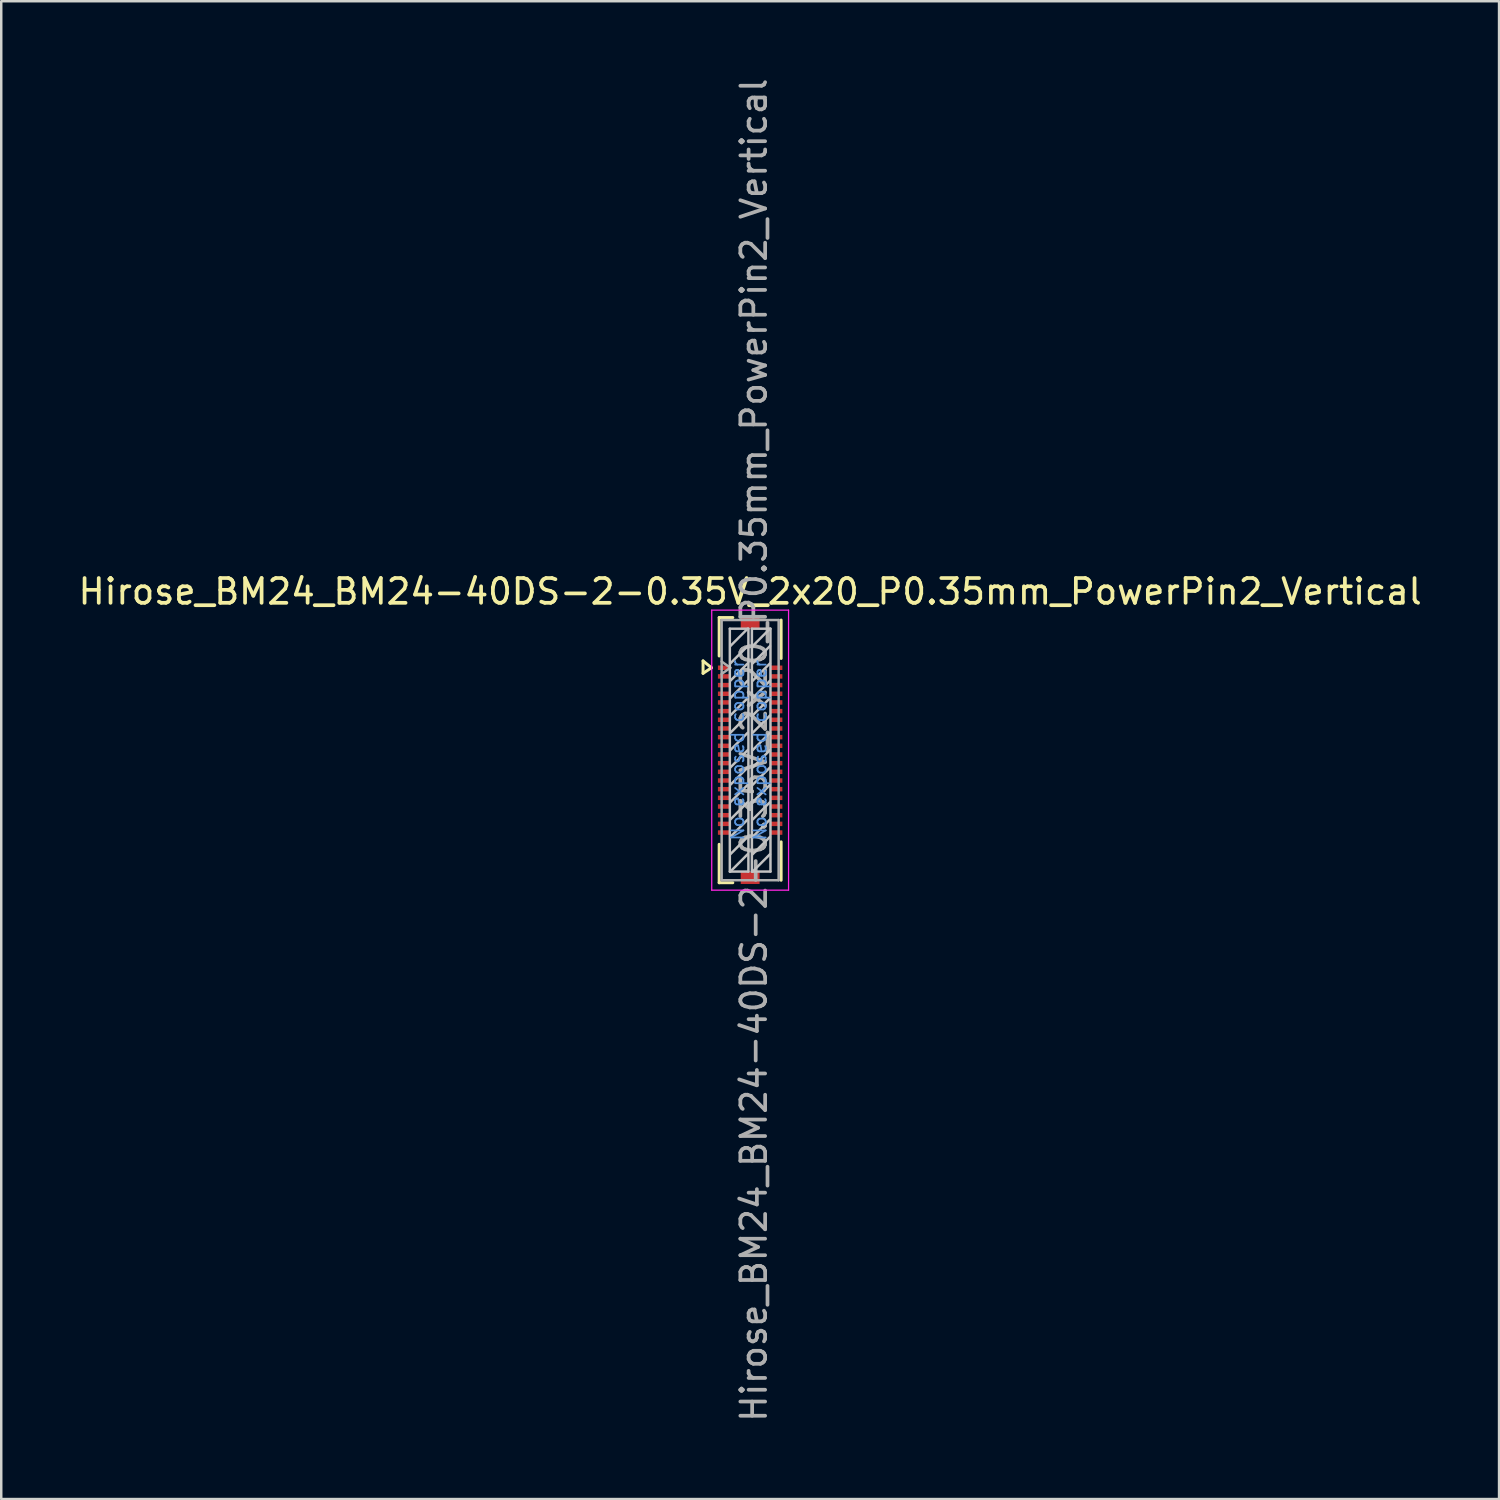
<source format=kicad_pcb>
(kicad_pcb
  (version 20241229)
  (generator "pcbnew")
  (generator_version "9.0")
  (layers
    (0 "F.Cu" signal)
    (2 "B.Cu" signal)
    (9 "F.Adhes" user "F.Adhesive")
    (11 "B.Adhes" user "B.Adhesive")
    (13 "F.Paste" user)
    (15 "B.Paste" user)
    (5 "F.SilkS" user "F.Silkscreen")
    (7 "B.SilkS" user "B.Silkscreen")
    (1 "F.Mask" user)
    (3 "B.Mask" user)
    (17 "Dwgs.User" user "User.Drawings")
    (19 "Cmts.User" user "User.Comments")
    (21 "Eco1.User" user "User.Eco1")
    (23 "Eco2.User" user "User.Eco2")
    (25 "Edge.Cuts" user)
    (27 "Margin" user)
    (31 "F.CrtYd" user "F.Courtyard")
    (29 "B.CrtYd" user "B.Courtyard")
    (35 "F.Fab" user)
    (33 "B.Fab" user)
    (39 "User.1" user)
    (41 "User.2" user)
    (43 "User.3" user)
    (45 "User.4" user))
  (footprint "Hirose_BM24_BM24-40DS-2-0.35V_2x20_P0.35mm_PowerPin2_Vertical"
    (layer "F.Cu")
    (at 27.22 27.22)
    (property "Reference" "Hirose_BM24_BM24-40DS-2-0.35V_2x20_P0.35mm_PowerPin2_Vertical" (at 0 -6.4 0) (layer "F.SilkS") (effects (font (size 1 1) (thickness 0.15))))
    (attr smd)
    (fp_line (start -1.9 -3.6) (end -1.56 -3.325) (stroke (width 0.12) (type solid)) (layer "F.SilkS"))
    (fp_line (start -1.9 -3.1) (end -1.9 -3.6) (stroke (width 0.12) (type solid)) (layer "F.SilkS"))
    (fp_line (start -1.56 -3.325) (end -1.9 -3.1) (stroke (width 0.12) (type solid)) (layer "F.SilkS"))
    (fp_line (start -1.25 -5.35) (end -1.25 -3.8) (stroke (width 0.12) (type solid)) (layer "F.SilkS"))
    (fp_line (start -1.25 -5.35) (end -0.7 -5.35) (stroke (width 0.12) (type solid)) (layer "F.SilkS"))
    (fp_line (start -1.25 5.35) (end -1.25 3.8) (stroke (width 0.12) (type solid)) (layer "F.SilkS"))
    (fp_line (start -1.25 5.35) (end -0.7 5.35) (stroke (width 0.12) (type solid)) (layer "F.SilkS"))
    (fp_line (start 1.25 -5.25) (end 1.25 -3.7) (stroke (width 0.12) (type solid)) (layer "F.SilkS"))
    (fp_line (start 1.25 3.7) (end 1.25 5.25) (stroke (width 0.12) (type solid)) (layer "F.SilkS"))
    (fp_line (start -0.82 -4.9) (end -0.82 4.9) (stroke (width 0.1) (type solid)) (layer "Dwgs.User"))
    (fp_line (start -0.82 4.9) (end -0.07 4.9) (stroke (width 0.1) (type solid)) (layer "Dwgs.User"))
    (fp_line (start -0.8 -3.5) (end -0.1 -4.2) (stroke (width 0.1) (type solid)) (layer "Dwgs.User"))
    (fp_line (start -0.8 -2.8) (end -0.1 -3.5) (stroke (width 0.1) (type solid)) (layer "Dwgs.User"))
    (fp_line (start -0.8 -2.1) (end -0.1 -2.8) (stroke (width 0.1) (type solid)) (layer "Dwgs.User"))
    (fp_line (start -0.8 -1.4) (end -0.1 -2.1) (stroke (width 0.1) (type solid)) (layer "Dwgs.User"))
    (fp_line (start -0.8 -0.7) (end -0.1 -1.4) (stroke (width 0.1) (type solid)) (layer "Dwgs.User"))
    (fp_line (start -0.8 0) (end -0.1 -0.7) (stroke (width 0.1) (type solid)) (layer "Dwgs.User"))
    (fp_line (start -0.8 0.7) (end -0.1 0) (stroke (width 0.1) (type solid)) (layer "Dwgs.User"))
    (fp_line (start -0.8 1.4) (end -0.1 0.7) (stroke (width 0.1) (type solid)) (layer "Dwgs.User"))
    (fp_line (start -0.8 2.1) (end -0.1 1.4) (stroke (width 0.1) (type solid)) (layer "Dwgs.User"))
    (fp_line (start -0.8 2.8) (end -0.1 2.1) (stroke (width 0.1) (type solid)) (layer "Dwgs.User"))
    (fp_line (start -0.8 3.5) (end -0.1 2.8) (stroke (width 0.1) (type solid)) (layer "Dwgs.User"))
    (fp_line (start -0.8 4.2) (end -0.1 3.5) (stroke (width 0.1) (type solid)) (layer "Dwgs.User"))
    (fp_line (start -0.8 4.9) (end -0.1 4.2) (stroke (width 0.1) (type solid)) (layer "Dwgs.User"))
    (fp_line (start -0.1 -4.9) (end -0.8 -4.2) (stroke (width 0.1) (type solid)) (layer "Dwgs.User"))
    (fp_line (start -0.07 -4.9) (end -0.82 -4.9) (stroke (width 0.1) (type solid)) (layer "Dwgs.User"))
    (fp_line (start -0.07 4.9) (end -0.07 -4.9) (stroke (width 0.1) (type solid)) (layer "Dwgs.User"))
    (fp_line (start 0.07 -4.9) (end 0.07 4.9) (stroke (width 0.1) (type solid)) (layer "Dwgs.User"))
    (fp_line (start 0.07 4.9) (end 0.82 4.9) (stroke (width 0.1) (type solid)) (layer "Dwgs.User"))
    (fp_line (start 0.1 -4.2) (end 0.8 -4.9) (stroke (width 0.1) (type solid)) (layer "Dwgs.User"))
    (fp_line (start 0.1 -3.5) (end 0.8 -4.2) (stroke (width 0.1) (type solid)) (layer "Dwgs.User"))
    (fp_line (start 0.1 -2.8) (end 0.8 -3.5) (stroke (width 0.1) (type solid)) (layer "Dwgs.User"))
    (fp_line (start 0.1 -2.1) (end 0.8 -2.8) (stroke (width 0.1) (type solid)) (layer "Dwgs.User"))
    (fp_line (start 0.1 -1.4) (end 0.8 -2.1) (stroke (width 0.1) (type solid)) (layer "Dwgs.User"))
    (fp_line (start 0.1 -0.7) (end 0.8 -1.4) (stroke (width 0.1) (type solid)) (layer "Dwgs.User"))
    (fp_line (start 0.1 0) (end 0.8 -0.7) (stroke (width 0.1) (type solid)) (layer "Dwgs.User"))
    (fp_line (start 0.1 0.7) (end 0.8 0) (stroke (width 0.1) (type solid)) (layer "Dwgs.User"))
    (fp_line (start 0.1 1.4) (end 0.8 0.7) (stroke (width 0.1) (type solid)) (layer "Dwgs.User"))
    (fp_line (start 0.1 2.1) (end 0.8 1.4) (stroke (width 0.1) (type solid)) (layer "Dwgs.User"))
    (fp_line (start 0.1 2.8) (end 0.8 2.1) (stroke (width 0.1) (type solid)) (layer "Dwgs.User"))
    (fp_line (start 0.1 3.5) (end 0.8 2.8) (stroke (width 0.1) (type solid)) (layer "Dwgs.User"))
    (fp_line (start 0.1 4.2) (end 0.8 3.5) (stroke (width 0.1) (type solid)) (layer "Dwgs.User"))
    (fp_line (start 0.1 4.9) (end 0.8 4.2) (stroke (width 0.1) (type solid)) (layer "Dwgs.User"))
    (fp_line (start 0.82 -4.9) (end 0.07 -4.9) (stroke (width 0.1) (type solid)) (layer "Dwgs.User"))
    (fp_line (start 0.82 4.9) (end 0.82 -4.9) (stroke (width 0.1) (type solid)) (layer "Dwgs.User"))
    (fp_line (start -1.55 -5.65) (end 1.55 -5.65) (stroke (width 0.05) (type solid)) (layer "F.CrtYd"))
    (fp_line (start -1.55 5.65) (end -1.55 -5.65) (stroke (width 0.05) (type solid)) (layer "F.CrtYd"))
    (fp_line (start 1.55 -5.65) (end 1.55 5.65) (stroke (width 0.05) (type solid)) (layer "F.CrtYd"))
    (fp_line (start 1.55 5.65) (end -1.55 5.65) (stroke (width 0.05) (type solid)) (layer "F.CrtYd"))
    (fp_line (start -1.15 -5.25) (end -1.15 5.25) (stroke (width 0.1) (type solid)) (layer "F.Fab"))
    (fp_line (start -1.15 -5.25) (end 1.15 -5.25) (stroke (width 0.1) (type solid)) (layer "F.Fab"))
    (fp_line (start -1.15 -3.575) (end -0.8 -3.325) (stroke (width 0.1) (type solid)) (layer "F.Fab"))
    (fp_line (start -1.15 5.25) (end 1.15 5.25) (stroke (width 0.1) (type solid)) (layer "F.Fab"))
    (fp_line (start -0.8 -3.325) (end -1.15 -3.075) (stroke (width 0.1) (type solid)) (layer "F.Fab"))
    (fp_line (start 1.15 -5.25) (end 1.15 5.25) (stroke (width 0.1) (type solid)) (layer "F.Fab"))
    (fp_text user "No exposed copper" (at -0.5 0 90) (layer "Cmts.User") (effects (font (size 0.5 0.5) (thickness 0.07))))
    (fp_text user "No exposed copper" (at 0.4 0 90) (layer "Cmts.User") (effects (font (size 0.5 0.5) (thickness 0.07))))
    (fp_text user "${REFERENCE}" (at 0.15 0 90) (layer "F.Fab") (effects (font (size 1 1) (thickness 0.15))))
    (pad "1" smd rect (at -1.06 -3.325 90) (size 0.18 0.48) (layers "F.Cu" "F.Mask" "F.Paste"))
    (pad "2" smd rect (at 1.06 -3.325 90) (size 0.18 0.48) (layers "F.Cu" "F.Mask" "F.Paste"))
    (pad "3" smd rect (at -1.06 -2.975 90) (size 0.18 0.48) (layers "F.Cu" "F.Mask" "F.Paste"))
    (pad "4" smd rect (at 1.06 -2.975 90) (size 0.18 0.48) (layers "F.Cu" "F.Mask" "F.Paste"))
    (pad "5" smd rect (at -1.06 -2.625 90) (size 0.18 0.48) (layers "F.Cu" "F.Mask" "F.Paste"))
    (pad "6" smd rect (at 1.06 -2.625 90) (size 0.18 0.48) (layers "F.Cu" "F.Mask" "F.Paste"))
    (pad "7" smd rect (at -1.06 -2.275 90) (size 0.18 0.48) (layers "F.Cu" "F.Mask" "F.Paste"))
    (pad "8" smd rect (at 1.06 -2.275 90) (size 0.18 0.48) (layers "F.Cu" "F.Mask" "F.Paste"))
    (pad "9" smd rect (at -1.06 -1.925 90) (size 0.18 0.48) (layers "F.Cu" "F.Mask" "F.Paste"))
    (pad "10" smd rect (at 1.06 -1.925 90) (size 0.18 0.48) (layers "F.Cu" "F.Mask" "F.Paste"))
    (pad "11" smd rect (at -1.06 -1.575 90) (size 0.18 0.48) (layers "F.Cu" "F.Mask" "F.Paste"))
    (pad "12" smd rect (at 1.06 -1.575 90) (size 0.18 0.48) (layers "F.Cu" "F.Mask" "F.Paste"))
    (pad "13" smd rect (at -1.06 -1.225 90) (size 0.18 0.48) (layers "F.Cu" "F.Mask" "F.Paste"))
    (pad "14" smd rect (at 1.06 -1.225 90) (size 0.18 0.48) (layers "F.Cu" "F.Mask" "F.Paste"))
    (pad "15" smd rect (at -1.06 -0.875 90) (size 0.18 0.48) (layers "F.Cu" "F.Mask" "F.Paste"))
    (pad "16" smd rect (at 1.06 -0.875 90) (size 0.18 0.48) (layers "F.Cu" "F.Mask" "F.Paste"))
    (pad "17" smd rect (at -1.06 -0.525 90) (size 0.18 0.48) (layers "F.Cu" "F.Mask" "F.Paste"))
    (pad "18" smd rect (at 1.06 -0.525 90) (size 0.18 0.48) (layers "F.Cu" "F.Mask" "F.Paste"))
    (pad "19" smd rect (at -1.06 -0.175 90) (size 0.18 0.48) (layers "F.Cu" "F.Mask" "F.Paste"))
    (pad "20" smd rect (at 1.06 -0.175 90) (size 0.18 0.48) (layers "F.Cu" "F.Mask" "F.Paste"))
    (pad "21" smd rect (at -1.06 0.175 90) (size 0.18 0.48) (layers "F.Cu" "F.Mask" "F.Paste"))
    (pad "22" smd rect (at 1.06 0.175 90) (size 0.18 0.48) (layers "F.Cu" "F.Mask" "F.Paste"))
    (pad "23" smd rect (at -1.06 0.525 90) (size 0.18 0.48) (layers "F.Cu" "F.Mask" "F.Paste"))
    (pad "24" smd rect (at 1.06 0.525 90) (size 0.18 0.48) (layers "F.Cu" "F.Mask" "F.Paste"))
    (pad "25" smd rect (at -1.06 0.875 90) (size 0.18 0.48) (layers "F.Cu" "F.Mask" "F.Paste"))
    (pad "26" smd rect (at 1.06 0.875 90) (size 0.18 0.48) (layers "F.Cu" "F.Mask" "F.Paste"))
    (pad "27" smd rect (at -1.06 1.225 90) (size 0.18 0.48) (layers "F.Cu" "F.Mask" "F.Paste"))
    (pad "28" smd rect (at 1.06 1.225 90) (size 0.18 0.48) (layers "F.Cu" "F.Mask" "F.Paste"))
    (pad "29" smd rect (at -1.06 1.575 90) (size 0.18 0.48) (layers "F.Cu" "F.Mask" "F.Paste"))
    (pad "30" smd rect (at 1.06 1.575 90) (size 0.18 0.48) (layers "F.Cu" "F.Mask" "F.Paste"))
    (pad "31" smd rect (at -1.06 1.925 90) (size 0.18 0.48) (layers "F.Cu" "F.Mask" "F.Paste"))
    (pad "32" smd rect (at 1.06 1.925 90) (size 0.18 0.48) (layers "F.Cu" "F.Mask" "F.Paste"))
    (pad "33" smd rect (at -1.06 2.275 90) (size 0.18 0.48) (layers "F.Cu" "F.Mask" "F.Paste"))
    (pad "34" smd rect (at 1.06 2.275 90) (size 0.18 0.48) (layers "F.Cu" "F.Mask" "F.Paste"))
    (pad "35" smd rect (at -1.06 2.625 90) (size 0.18 0.48) (layers "F.Cu" "F.Mask" "F.Paste"))
    (pad "36" smd rect (at 1.06 2.625 90) (size 0.18 0.48) (layers "F.Cu" "F.Mask" "F.Paste"))
    (pad "37" smd rect (at -1.06 2.975 90) (size 0.18 0.48) (layers "F.Cu" "F.Mask" "F.Paste"))
    (pad "38" smd rect (at 1.06 2.975 90) (size 0.18 0.48) (layers "F.Cu" "F.Mask" "F.Paste"))
    (pad "39" smd rect (at -1.06 3.325 90) (size 0.18 0.48) (layers "F.Cu" "F.Mask" "F.Paste"))
    (pad "40" smd rect (at 1.06 3.325 90) (size 0.18 0.48) (layers "F.Cu" "F.Mask" "F.Paste"))
    (pad "41" smd rect (at 0 -5.155 90) (size 0.49 0.76) (layers "F.Cu" "F.Mask" "F.Paste"))
    (pad "42" smd rect (at 0 5.155 90) (size 0.49 0.76) (layers "F.Cu" "F.Mask" "F.Paste")))
  (gr_rect
    (start -3 -3)
    (end 57.44 57.44)
    (stroke (width 0.1) (type default))
    (fill no)
    (layer "Edge.Cuts")))
</source>
